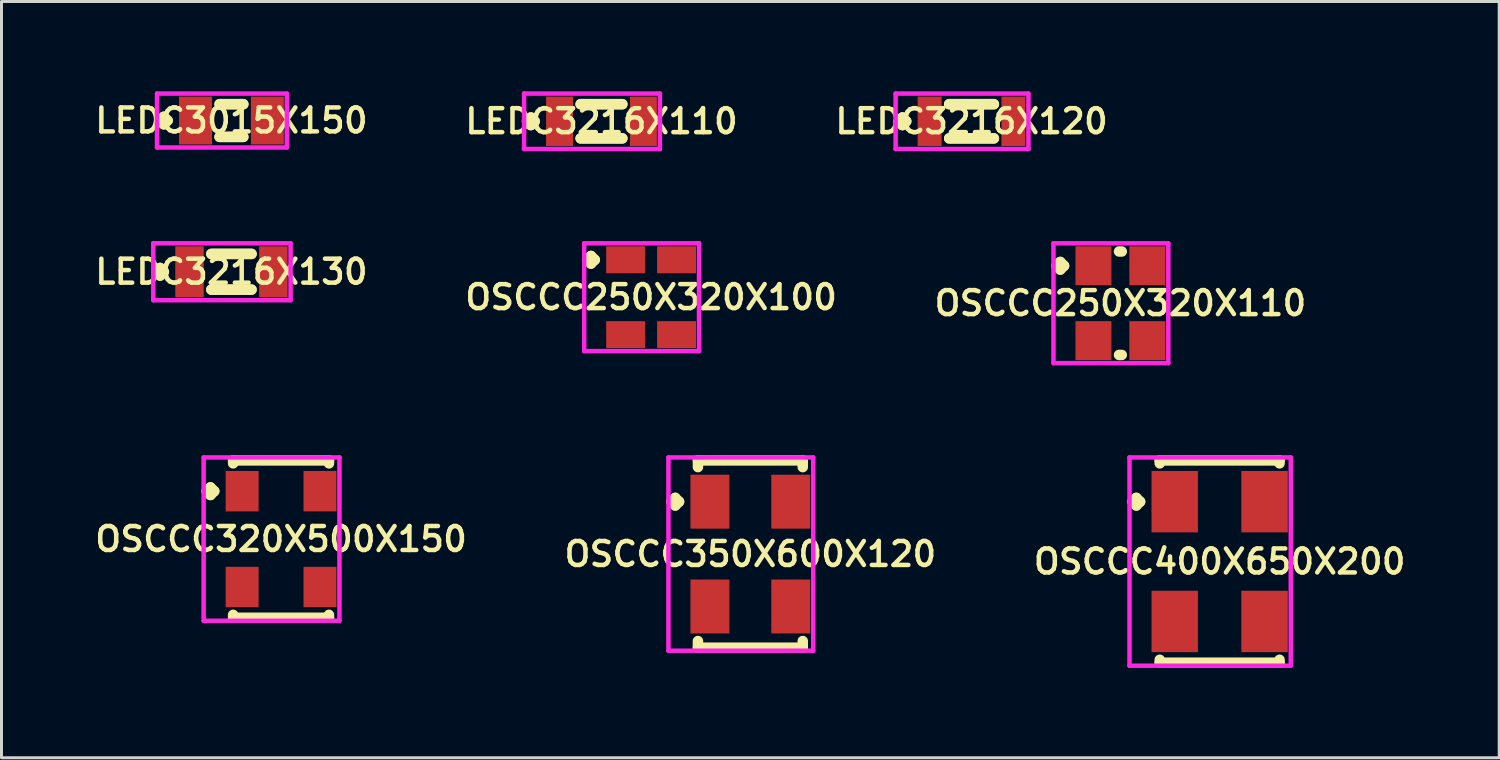
<source format=kicad_pcb>
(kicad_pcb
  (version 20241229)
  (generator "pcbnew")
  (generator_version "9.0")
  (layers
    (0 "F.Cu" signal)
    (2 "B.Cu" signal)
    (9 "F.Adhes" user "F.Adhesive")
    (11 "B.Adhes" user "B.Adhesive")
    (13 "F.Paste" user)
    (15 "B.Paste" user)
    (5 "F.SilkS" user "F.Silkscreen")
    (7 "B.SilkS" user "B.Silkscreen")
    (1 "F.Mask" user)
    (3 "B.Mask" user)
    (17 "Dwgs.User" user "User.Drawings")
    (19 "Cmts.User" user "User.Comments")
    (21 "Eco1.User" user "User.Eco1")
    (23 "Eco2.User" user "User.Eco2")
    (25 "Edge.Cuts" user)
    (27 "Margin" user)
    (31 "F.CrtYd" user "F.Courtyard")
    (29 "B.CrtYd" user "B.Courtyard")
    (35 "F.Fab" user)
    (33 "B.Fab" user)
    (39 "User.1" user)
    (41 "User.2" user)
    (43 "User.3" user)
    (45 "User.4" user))
  (footprint "OSCCC250X320X100"
    (layer "F.Cu")
    (at 18.692 6.875)
    (property "Reference" "OSCCC250X320X100" (at 0 0 0) (layer "F.SilkS") (effects (font (size 0.8 0.8) (thickness 0.15))))
    (attr smd)
    (fp_line (start -2.135 -1.25) (end -2.008 -1.377) (stroke (width 0.35) (type solid)) (layer "F.SilkS"))
    (fp_line (start -2.008 -1.377) (end -1.881 -1.25) (stroke (width 0.35) (type solid)) (layer "F.SilkS"))
    (fp_line (start -2.008 -1.123) (end -2.135 -1.25) (stroke (width 0.35) (type solid)) (layer "F.SilkS"))
    (fp_line (start -1.881 -1.25) (end -2.008 -1.123) (stroke (width 0.35) (type solid)) (layer "F.SilkS"))
    (fp_line (start -2.235 -1.8) (end 1.6 -1.8) (stroke (width 0.15) (type solid)) (layer "F.CrtYd"))
    (fp_line (start -2.235 1.8) (end -2.235 -1.8) (stroke (width 0.15) (type solid)) (layer "F.CrtYd"))
    (fp_line (start 1.6 -1.8) (end 1.6 1.8) (stroke (width 0.15) (type solid)) (layer "F.CrtYd"))
    (fp_line (start 1.6 1.8) (end -2.235 1.8) (stroke (width 0.15) (type solid)) (layer "F.CrtYd"))
    (pad "1" smd rect (at -0.85 -1.25) (size 1.3 0.9) (layers "F.Cu" "F.Mask" "F.Paste"))
    (pad "2" smd rect (at -0.85 1.25) (size 1.3 0.9) (layers "F.Cu" "F.Mask" "F.Paste"))
    (pad "3" smd rect (at 0.85 1.25) (size 1.3 0.9) (layers "F.Cu" "F.Mask" "F.Paste"))
    (pad "4" smd rect (at 0.85 -1.25) (size 1.3 0.9) (layers "F.Cu" "F.Mask" "F.Paste")))
  (footprint "LEDC3216X130"
    (layer "F.Cu")
    (at 4.678 6.025)
    (property "Reference" "LEDC3216X130" (at 0 0 0) (layer "F.SilkS") (effects (font (size 0.8 0.8) (thickness 0.15))))
    (attr smd)
    (fp_line (start -2.51 0) (end -2.383 -0.127) (stroke (width 0.35) (type solid)) (layer "F.SilkS"))
    (fp_line (start -2.383 -0.127) (end -2.256 0) (stroke (width 0.35) (type solid)) (layer "F.SilkS"))
    (fp_line (start -2.383 0.127) (end -2.51 0) (stroke (width 0.35) (type solid)) (layer "F.SilkS"))
    (fp_line (start -2.256 0) (end -2.383 0.127) (stroke (width 0.35) (type solid)) (layer "F.SilkS"))
    (fp_line (start -0.671 -0.596) (end 0.671 -0.596) (stroke (width 0.35) (type solid)) (layer "F.SilkS"))
    (fp_line (start -0.671 0.596) (end 0.671 0.596) (stroke (width 0.35) (type solid)) (layer "F.SilkS"))
    (fp_line (start 0.671 -0.596) (end -0.671 -0.596) (stroke (width 0.35) (type solid)) (layer "F.SilkS"))
    (fp_line (start 0.671 0.596) (end -0.671 0.596) (stroke (width 0.35) (type solid)) (layer "F.SilkS"))
    (fp_line (start -2.61 -0.95) (end 1.975 -0.95) (stroke (width 0.15) (type solid)) (layer "F.CrtYd"))
    (fp_line (start -2.61 0.95) (end -2.61 -0.95) (stroke (width 0.15) (type solid)) (layer "F.CrtYd"))
    (fp_line (start 1.975 -0.95) (end 1.975 0.95) (stroke (width 0.15) (type solid)) (layer "F.CrtYd"))
    (fp_line (start 1.975 0.95) (end -2.61 0.95) (stroke (width 0.15) (type solid)) (layer "F.CrtYd"))
    (pad "1" smd rect (at -1.4 0) (size 0.95 1.7) (layers "F.Cu" "F.Mask" "F.Paste"))
    (pad "2" smd rect (at 1.4 0) (size 0.95 1.7) (layers "F.Cu" "F.Mask" "F.Paste")))
  (footprint "OSCCC350X600X120"
    (layer "F.Cu")
    (at 22.006 15.452)
    (property "Reference" "OSCCC350X600X120" (at 0 0 0) (layer "F.SilkS") (effects (font (size 0.8 0.8) (thickness 0.15))))
    (attr smd)
    (fp_line (start -2.635 -1.75) (end -2.508 -1.877) (stroke (width 0.35) (type solid)) (layer "F.SilkS"))
    (fp_line (start -2.508 -1.877) (end -2.381 -1.75) (stroke (width 0.35) (type solid)) (layer "F.SilkS"))
    (fp_line (start -2.508 -1.623) (end -2.635 -1.75) (stroke (width 0.35) (type solid)) (layer "F.SilkS"))
    (fp_line (start -2.381 -1.75) (end -2.508 -1.623) (stroke (width 0.35) (type solid)) (layer "F.SilkS"))
    (fp_line (start -1.75 -3.127) (end 1.75 -3.127) (stroke (width 0.35) (type solid)) (layer "F.SilkS"))
    (fp_line (start -1.75 -2.904) (end -1.75 -3.127) (stroke (width 0.35) (type solid)) (layer "F.SilkS"))
    (fp_line (start -1.75 2.904) (end -1.75 3.127) (stroke (width 0.35) (type solid)) (layer "F.SilkS"))
    (fp_line (start -1.75 3.127) (end 1.75 3.127) (stroke (width 0.35) (type solid)) (layer "F.SilkS"))
    (fp_line (start 1.75 -3.127) (end 1.75 -2.904) (stroke (width 0.35) (type solid)) (layer "F.SilkS"))
    (fp_line (start 1.75 3.127) (end 1.75 2.904) (stroke (width 0.35) (type solid)) (layer "F.SilkS"))
    (fp_line (start -2.735 -3.227) (end 2.1 -3.227) (stroke (width 0.15) (type solid)) (layer "F.CrtYd"))
    (fp_line (start -2.735 3.227) (end -2.735 -3.227) (stroke (width 0.15) (type solid)) (layer "F.CrtYd"))
    (fp_line (start 2.1 -3.227) (end 2.1 3.227) (stroke (width 0.15) (type solid)) (layer "F.CrtYd"))
    (fp_line (start 2.1 3.227) (end -2.735 3.227) (stroke (width 0.15) (type solid)) (layer "F.CrtYd"))
    (pad "1" smd rect (at -1.35 -1.75) (size 1.3 1.8) (layers "F.Cu" "F.Mask" "F.Paste"))
    (pad "2" smd rect (at -1.35 1.75) (size 1.3 1.8) (layers "F.Cu" "F.Mask" "F.Paste"))
    (pad "3" smd rect (at 1.35 1.75) (size 1.3 1.8) (layers "F.Cu" "F.Mask" "F.Paste"))
    (pad "4" smd rect (at 1.35 -1.75) (size 1.3 1.8) (layers "F.Cu" "F.Mask" "F.Paste")))
  (footprint "LEDC3216X120"
    (layer "F.Cu")
    (at 29.392 1)
    (property "Reference" "LEDC3216X120" (at 0 0 0) (layer "F.SilkS") (effects (font (size 0.8 0.8) (thickness 0.15))))
    (attr smd)
    (fp_line (start -2.435 0) (end -2.308 -0.127) (stroke (width 0.35) (type solid)) (layer "F.SilkS"))
    (fp_line (start -2.308 -0.127) (end -2.181 0) (stroke (width 0.35) (type solid)) (layer "F.SilkS"))
    (fp_line (start -2.308 0.127) (end -2.435 0) (stroke (width 0.35) (type solid)) (layer "F.SilkS"))
    (fp_line (start -2.181 0) (end -2.308 0.127) (stroke (width 0.35) (type solid)) (layer "F.SilkS"))
    (fp_line (start -0.746 -0.571) (end 0.746 -0.571) (stroke (width 0.35) (type solid)) (layer "F.SilkS"))
    (fp_line (start -0.746 0.571) (end 0.746 0.571) (stroke (width 0.35) (type solid)) (layer "F.SilkS"))
    (fp_line (start 0.746 -0.571) (end -0.746 -0.571) (stroke (width 0.35) (type solid)) (layer "F.SilkS"))
    (fp_line (start 0.746 0.571) (end -0.746 0.571) (stroke (width 0.35) (type solid)) (layer "F.SilkS"))
    (fp_line (start -2.535 -0.925) (end 1.9 -0.925) (stroke (width 0.15) (type solid)) (layer "F.CrtYd"))
    (fp_line (start -2.535 0.925) (end -2.535 -0.925) (stroke (width 0.15) (type solid)) (layer "F.CrtYd"))
    (fp_line (start 1.9 -0.925) (end 1.9 0.925) (stroke (width 0.15) (type solid)) (layer "F.CrtYd"))
    (fp_line (start 1.9 0.925) (end -2.535 0.925) (stroke (width 0.15) (type solid)) (layer "F.CrtYd"))
    (pad "1" smd rect (at -1.4 0) (size 0.8 1.65) (layers "F.Cu" "F.Mask" "F.Paste"))
    (pad "2" smd rect (at 1.4 0) (size 0.8 1.65) (layers "F.Cu" "F.Mask" "F.Paste")))
  (footprint "LEDC3216X110"
    (layer "F.Cu")
    (at 17.035 1)
    (property "Reference" "LEDC3216X110" (at 0 0 0) (layer "F.SilkS") (effects (font (size 0.8 0.8) (thickness 0.15))))
    (attr smd)
    (fp_line (start -2.485 0) (end -2.358 -0.127) (stroke (width 0.35) (type solid)) (layer "F.SilkS"))
    (fp_line (start -2.358 -0.127) (end -2.231 0) (stroke (width 0.35) (type solid)) (layer "F.SilkS"))
    (fp_line (start -2.358 0.127) (end -2.485 0) (stroke (width 0.35) (type solid)) (layer "F.SilkS"))
    (fp_line (start -2.231 0) (end -2.358 0.127) (stroke (width 0.35) (type solid)) (layer "F.SilkS"))
    (fp_line (start -0.696 -0.571) (end 0.696 -0.571) (stroke (width 0.35) (type solid)) (layer "F.SilkS"))
    (fp_line (start -0.696 0.571) (end 0.696 0.571) (stroke (width 0.35) (type solid)) (layer "F.SilkS"))
    (fp_line (start 0.696 -0.571) (end -0.696 -0.571) (stroke (width 0.35) (type solid)) (layer "F.SilkS"))
    (fp_line (start 0.696 0.571) (end -0.696 0.571) (stroke (width 0.35) (type solid)) (layer "F.SilkS"))
    (fp_line (start -2.585 -0.925) (end 1.95 -0.925) (stroke (width 0.15) (type solid)) (layer "F.CrtYd"))
    (fp_line (start -2.585 0.925) (end -2.585 -0.925) (stroke (width 0.15) (type solid)) (layer "F.CrtYd"))
    (fp_line (start 1.95 -0.925) (end 1.95 0.925) (stroke (width 0.15) (type solid)) (layer "F.CrtYd"))
    (fp_line (start 1.95 0.925) (end -2.585 0.925) (stroke (width 0.15) (type solid)) (layer "F.CrtYd"))
    (pad "1" smd rect (at -1.4 0) (size 0.9 1.65) (layers "F.Cu" "F.Mask" "F.Paste"))
    (pad "2" smd rect (at 1.4 0) (size 0.9 1.65) (layers "F.Cu" "F.Mask" "F.Paste")))
  (footprint "LEDC3015X150"
    (layer "F.Cu")
    (at 4.678 0.975)
    (property "Reference" "LEDC3015X150" (at 0 0 0) (layer "F.SilkS") (effects (font (size 0.8 0.8) (thickness 0.15))))
    (attr smd)
    (fp_line (start -2.385 0) (end -2.258 -0.127) (stroke (width 0.35) (type solid)) (layer "F.SilkS"))
    (fp_line (start -2.258 -0.127) (end -2.131 0) (stroke (width 0.35) (type solid)) (layer "F.SilkS"))
    (fp_line (start -2.258 0.127) (end -2.385 0) (stroke (width 0.35) (type solid)) (layer "F.SilkS"))
    (fp_line (start -2.131 0) (end -2.258 0.127) (stroke (width 0.35) (type solid)) (layer "F.SilkS"))
    (fp_line (start -0.396 -0.546) (end 0.396 -0.546) (stroke (width 0.35) (type solid)) (layer "F.SilkS"))
    (fp_line (start -0.396 0.546) (end 0.396 0.546) (stroke (width 0.35) (type solid)) (layer "F.SilkS"))
    (fp_line (start 0.396 -0.546) (end -0.396 -0.546) (stroke (width 0.35) (type solid)) (layer "F.SilkS"))
    (fp_line (start 0.396 0.546) (end -0.396 0.546) (stroke (width 0.35) (type solid)) (layer "F.SilkS"))
    (fp_line (start -2.485 -0.9) (end 1.85 -0.9) (stroke (width 0.15) (type solid)) (layer "F.CrtYd"))
    (fp_line (start -2.485 0.9) (end -2.485 -0.9) (stroke (width 0.15) (type solid)) (layer "F.CrtYd"))
    (fp_line (start 1.85 -0.9) (end 1.85 0.9) (stroke (width 0.15) (type solid)) (layer "F.CrtYd"))
    (fp_line (start 1.85 0.9) (end -2.485 0.9) (stroke (width 0.15) (type solid)) (layer "F.CrtYd"))
    (pad "1" smd rect (at -1.2 0) (size 1.1 1.6) (layers "F.Cu" "F.Mask" "F.Paste"))
    (pad "2" smd rect (at 1.2 0) (size 1.1 1.6) (layers "F.Cu" "F.Mask" "F.Paste")))
  (footprint "OSCCC320X500X150"
    (layer "F.Cu")
    (at 6.335 14.952)
    (property "Reference" "OSCCC320X500X150" (at 0 0 0) (layer "F.SilkS") (effects (font (size 0.8 0.8) (thickness 0.15))))
    (attr smd)
    (fp_line (start -2.485 -1.6) (end -2.358 -1.727) (stroke (width 0.35) (type solid)) (layer "F.SilkS"))
    (fp_line (start -2.358 -1.727) (end -2.231 -1.6) (stroke (width 0.35) (type solid)) (layer "F.SilkS"))
    (fp_line (start -2.358 -1.473) (end -2.485 -1.6) (stroke (width 0.35) (type solid)) (layer "F.SilkS"))
    (fp_line (start -2.231 -1.6) (end -2.358 -1.473) (stroke (width 0.35) (type solid)) (layer "F.SilkS"))
    (fp_line (start -1.6 -2.627) (end 1.6 -2.627) (stroke (width 0.35) (type solid)) (layer "F.SilkS"))
    (fp_line (start -1.6 -2.529) (end -1.6 -2.627) (stroke (width 0.35) (type solid)) (layer "F.SilkS"))
    (fp_line (start -1.6 2.529) (end -1.6 2.627) (stroke (width 0.35) (type solid)) (layer "F.SilkS"))
    (fp_line (start -1.6 2.627) (end 1.6 2.627) (stroke (width 0.35) (type solid)) (layer "F.SilkS"))
    (fp_line (start 1.6 -2.627) (end 1.6 -2.529) (stroke (width 0.35) (type solid)) (layer "F.SilkS"))
    (fp_line (start 1.6 2.627) (end 1.6 2.529) (stroke (width 0.35) (type solid)) (layer "F.SilkS"))
    (fp_line (start -2.585 -2.727) (end 1.95 -2.727) (stroke (width 0.15) (type solid)) (layer "F.CrtYd"))
    (fp_line (start -2.585 2.727) (end -2.585 -2.727) (stroke (width 0.15) (type solid)) (layer "F.CrtYd"))
    (fp_line (start 1.95 -2.727) (end 1.95 2.727) (stroke (width 0.15) (type solid)) (layer "F.CrtYd"))
    (fp_line (start 1.95 2.727) (end -2.585 2.727) (stroke (width 0.15) (type solid)) (layer "F.CrtYd"))
    (pad "1" smd rect (at -1.3 -1.6) (size 1.1 1.35) (layers "F.Cu" "F.Mask" "F.Paste"))
    (pad "2" smd rect (at -1.3 1.6) (size 1.1 1.35) (layers "F.Cu" "F.Mask" "F.Paste"))
    (pad "3" smd rect (at 1.3 1.6) (size 1.1 1.35) (layers "F.Cu" "F.Mask" "F.Paste"))
    (pad "4" smd rect (at 1.3 -1.6) (size 1.1 1.35) (layers "F.Cu" "F.Mask" "F.Paste")))
  (footprint "OSCCC400X650X200"
    (layer "F.Cu")
    (at 37.677 15.702)
    (property "Reference" "OSCCC400X650X200" (at 0 0 0) (layer "F.SilkS") (effects (font (size 0.8 0.8) (thickness 0.15))))
    (attr smd)
    (fp_line (start -2.91 -2) (end -2.783 -2.127) (stroke (width 0.35) (type solid)) (layer "F.SilkS"))
    (fp_line (start -2.783 -2.127) (end -2.656 -2) (stroke (width 0.35) (type solid)) (layer "F.SilkS"))
    (fp_line (start -2.783 -1.873) (end -2.91 -2) (stroke (width 0.35) (type solid)) (layer "F.SilkS"))
    (fp_line (start -2.656 -2) (end -2.783 -1.873) (stroke (width 0.35) (type solid)) (layer "F.SilkS"))
    (fp_line (start -2 -3.377) (end 2 -3.377) (stroke (width 0.35) (type solid)) (layer "F.SilkS"))
    (fp_line (start -2 -3.279) (end -2 -3.377) (stroke (width 0.35) (type solid)) (layer "F.SilkS"))
    (fp_line (start -2 3.279) (end -2 3.377) (stroke (width 0.35) (type solid)) (layer "F.SilkS"))
    (fp_line (start -2 3.377) (end 2 3.377) (stroke (width 0.35) (type solid)) (layer "F.SilkS"))
    (fp_line (start 2 -3.377) (end 2 -3.279) (stroke (width 0.35) (type solid)) (layer "F.SilkS"))
    (fp_line (start 2 3.377) (end 2 3.279) (stroke (width 0.35) (type solid)) (layer "F.SilkS"))
    (fp_line (start -3.01 -3.477) (end 2.375 -3.477) (stroke (width 0.15) (type solid)) (layer "F.CrtYd"))
    (fp_line (start -3.01 3.477) (end -3.01 -3.477) (stroke (width 0.15) (type solid)) (layer "F.CrtYd"))
    (fp_line (start 2.375 -3.477) (end 2.375 3.477) (stroke (width 0.15) (type solid)) (layer "F.CrtYd"))
    (fp_line (start 2.375 3.477) (end -3.01 3.477) (stroke (width 0.15) (type solid)) (layer "F.CrtYd"))
    (pad "1" smd rect (at -1.5 -2) (size 1.55 2.05) (layers "F.Cu" "F.Mask" "F.Paste"))
    (pad "2" smd rect (at -1.5 2) (size 1.55 2.05) (layers "F.Cu" "F.Mask" "F.Paste"))
    (pad "3" smd rect (at 1.5 2) (size 1.55 2.05) (layers "F.Cu" "F.Mask" "F.Paste"))
    (pad "4" smd rect (at 1.5 -2) (size 1.55 2.05) (layers "F.Cu" "F.Mask" "F.Paste")))
  (footprint "OSCCC250X320X110"
    (layer "F.Cu")
    (at 34.363 7.075)
    (property "Reference" "OSCCC250X320X110" (at 0 0 0) (layer "F.SilkS") (effects (font (size 0.8 0.8) (thickness 0.15))))
    (attr smd)
    (fp_line (start -2.135 -1.25) (end -2.008 -1.377) (stroke (width 0.35) (type solid)) (layer "F.SilkS"))
    (fp_line (start -2.008 -1.377) (end -1.881 -1.25) (stroke (width 0.35) (type solid)) (layer "F.SilkS"))
    (fp_line (start -2.008 -1.123) (end -2.135 -1.25) (stroke (width 0.35) (type solid)) (layer "F.SilkS"))
    (fp_line (start -1.881 -1.25) (end -2.008 -1.123) (stroke (width 0.35) (type solid)) (layer "F.SilkS"))
    (fp_line (start -0.046 -1.727) (end 0.046 -1.727) (stroke (width 0.35) (type solid)) (layer "F.SilkS"))
    (fp_line (start -0.046 1.727) (end 0.046 1.727) (stroke (width 0.35) (type solid)) (layer "F.SilkS"))
    (fp_line (start -2.235 -2) (end 1.6 -2) (stroke (width 0.15) (type solid)) (layer "F.CrtYd"))
    (fp_line (start -2.235 2) (end -2.235 -2) (stroke (width 0.15) (type solid)) (layer "F.CrtYd"))
    (fp_line (start 1.6 -2) (end 1.6 2) (stroke (width 0.15) (type solid)) (layer "F.CrtYd"))
    (fp_line (start 1.6 2) (end -2.235 2) (stroke (width 0.15) (type solid)) (layer "F.CrtYd"))
    (pad "1" smd rect (at -0.9 -1.25) (size 1.2 1.3) (layers "F.Cu" "F.Mask" "F.Paste"))
    (pad "2" smd rect (at -0.9 1.25) (size 1.2 1.3) (layers "F.Cu" "F.Mask" "F.Paste"))
    (pad "3" smd rect (at 0.9 1.25) (size 1.2 1.3) (layers "F.Cu" "F.Mask" "F.Paste"))
    (pad "4" smd rect (at 0.9 -1.25) (size 1.2 1.3) (layers "F.Cu" "F.Mask" "F.Paste")))
  (gr_rect
    (start -3 -3)
    (end 47.013 22.254)
    (stroke (width 0.1) (type default))
    (fill no)
    (layer "Edge.Cuts")))
</source>
